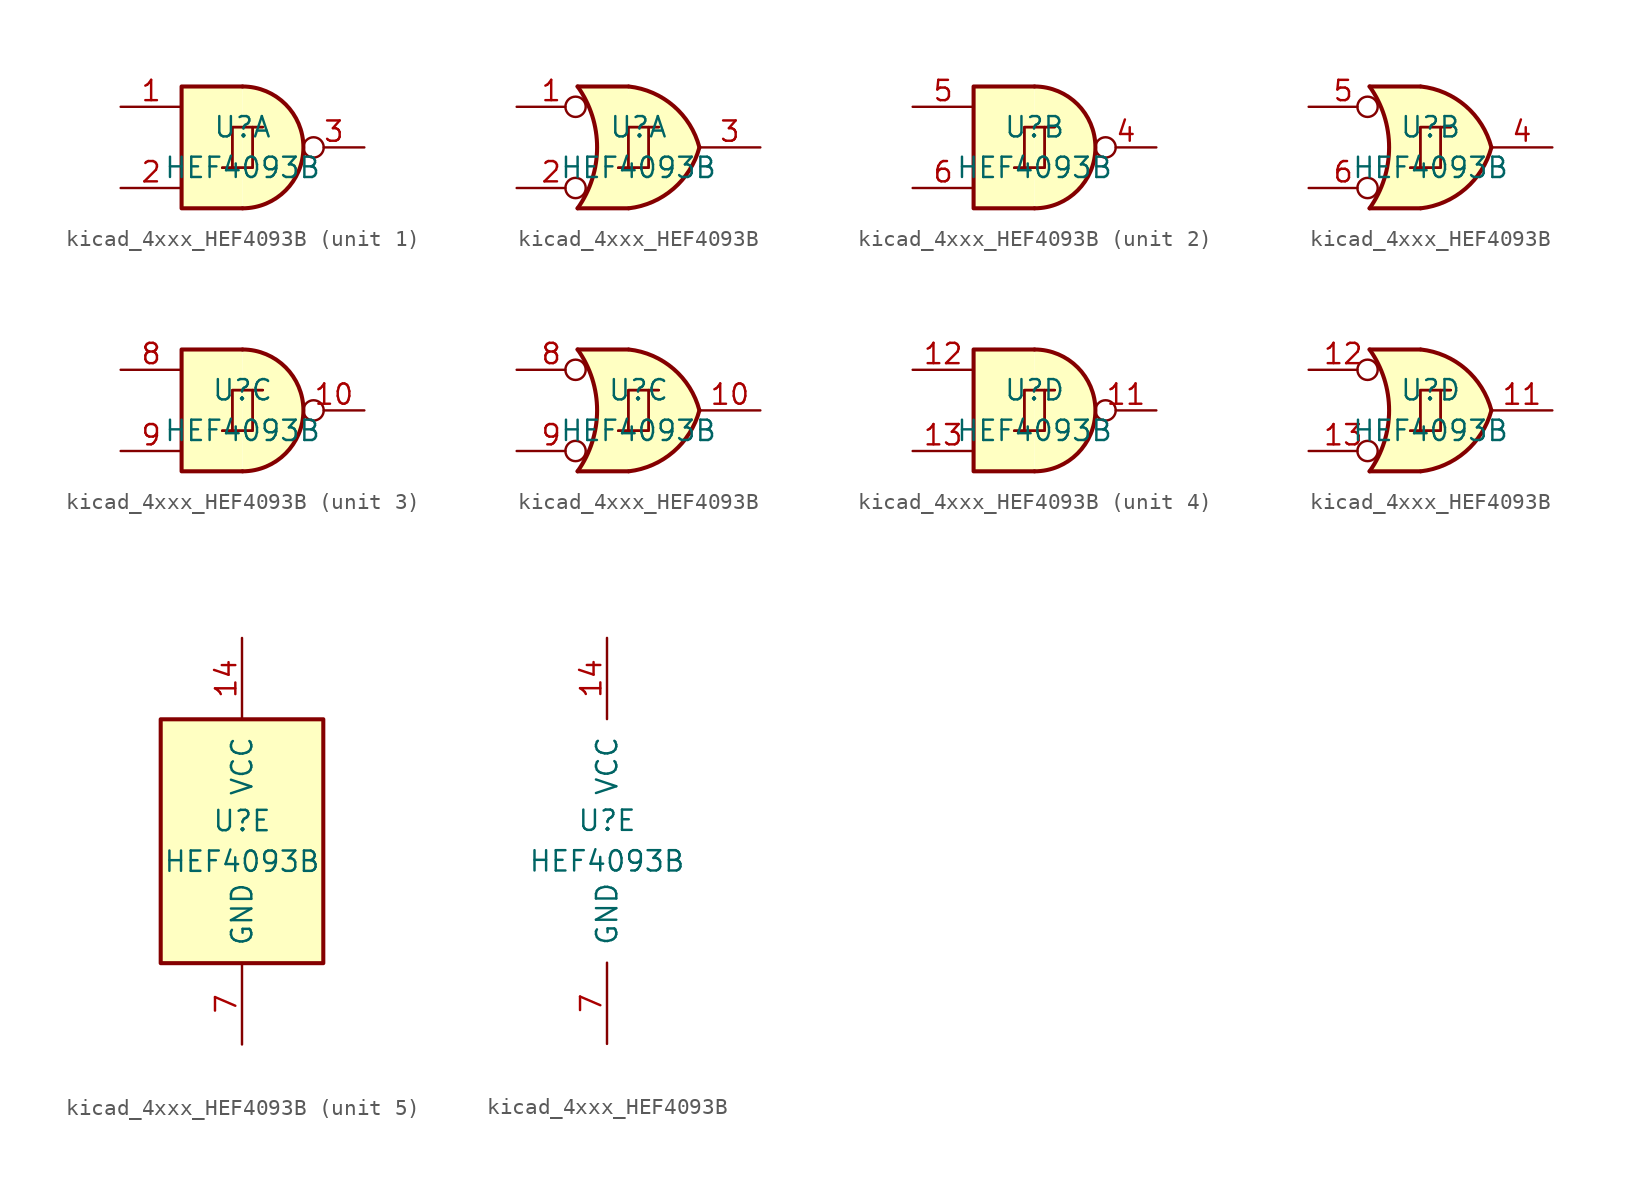
<source format=kicad_sym>
(kicad_symbol_lib
  (version 20220914)
  (generator kicad_symbol_editor)
  (symbol "kicad_4xxx_HEF4093B"
    (pin_names
      (offset 1.016))
    (property "Reference" "U"
      (at 0 1.27 0)
      (effects (font (size 1.27 1.27))))
    (property "Value" "HEF4093B"
      (at 0 -1.27 0)
      (effects (font (size 1.27 1.27))))
    (property "ki_locked" ""
      (at 0 0 0)
      (effects (font (size 1.27 1.27))))
    (symbol "kicad_4xxx_HEF4093B_1_0"
      (polyline (pts (xy -0.635 -1.27) (xy -0.635 1.27) (xy 0.635 1.27)) (stroke (width 0) (type default)) (fill (type none)))
      (polyline (pts (xy -0.635 -1.27) (xy -0.635 1.27) (xy 0.635 1.27)) (stroke (width 0) (type default)) (fill (type none)))
      (polyline (pts (xy -1.27 -1.27) (xy 0.635 -1.27) (xy 0.635 1.27) (xy 1.27 1.27)) (stroke (width 0) (type default)) (fill (type none)))
      (polyline (pts (xy -1.27 -1.27) (xy 0.635 -1.27) (xy 0.635 1.27) (xy 1.27 1.27)) (stroke (width 0) (type default)) (fill (type none))))
    (symbol "kicad_4xxx_HEF4093B_1_1"
      (arc (start 0 -3.81) (mid 3.7934 0) (end 0 3.81) (stroke (width 0.254) (type default)) (fill (type background)))
      (polyline (pts (xy 0 3.81) (xy -3.81 3.81) (xy -3.81 -3.81) (xy 0 -3.81)) (stroke (width 0.254) (type default)) (fill (type background)))
      (pin input line (at -7.62 2.54 0) (length 3.81) (name "~" (effects (font (size 1.27 1.27)))) (number "1" (effects (font (size 1.27 1.27)))))
      (pin input line (at -7.62 -2.54 0) (length 3.81) (name "~" (effects (font (size 1.27 1.27)))) (number "2" (effects (font (size 1.27 1.27)))))
      (pin output inverted (at 7.62 0 180) (length 3.81) (name "~" (effects (font (size 1.27 1.27)))) (number "3" (effects (font (size 1.27 1.27))))))
    (symbol "kicad_4xxx_HEF4093B_1_2"
      (arc (start -3.81 -3.81) (mid -2.589 0) (end -3.81 3.81) (stroke (width 0.254) (type default)) (fill (type none)))
      (arc (start -0.6096 -3.81) (mid 2.1842 -2.5851) (end 3.81 0) (stroke (width 0.254) (type default)) (fill (type background)))
      (polyline (pts (xy -3.81 -3.81) (xy -0.635 -3.81)) (stroke (width 0.254) (type default)) (fill (type background)))
      (polyline (pts (xy -3.81 3.81) (xy -0.635 3.81)) (stroke (width 0.254) (type default)) (fill (type background)))
      (polyline (pts (xy -0.635 3.81) (xy -3.81 3.81) (xy -3.81 3.81) (xy -3.556 3.404) (xy -3.023 2.261) (xy -2.692 1.041) (xy -2.616 -0.254) (xy -2.769 -1.499) (xy -3.175 -2.718) (xy -3.81 -3.81) (xy -3.81 -3.81) (xy -0.635 -3.81)) (stroke (width -25.4) (type default)) (fill (type background)))
      (arc (start 3.81 0) (mid 2.1915 2.5936) (end -0.6096 3.81) (stroke (width 0.254) (type default)) (fill (type background)))
      (pin input inverted (at -7.62 2.54 0) (length 4.318) (name "~" (effects (font (size 1.27 1.27)))) (number "1" (effects (font (size 1.27 1.27)))))
      (pin input inverted (at -7.62 -2.54 0) (length 4.318) (name "~" (effects (font (size 1.27 1.27)))) (number "2" (effects (font (size 1.27 1.27)))))
      (pin output line (at 7.62 0 180) (length 3.81) (name "~" (effects (font (size 1.27 1.27)))) (number "3" (effects (font (size 1.27 1.27))))))
    (symbol "kicad_4xxx_HEF4093B_2_0"
      (polyline (pts (xy -0.635 -1.27) (xy -0.635 1.27) (xy 0.635 1.27)) (stroke (width 0) (type default)) (fill (type none)))
      (polyline (pts (xy -0.635 -1.27) (xy -0.635 1.27) (xy 0.635 1.27)) (stroke (width 0) (type default)) (fill (type none)))
      (polyline (pts (xy -1.27 -1.27) (xy 0.635 -1.27) (xy 0.635 1.27) (xy 1.27 1.27)) (stroke (width 0) (type default)) (fill (type none)))
      (polyline (pts (xy -1.27 -1.27) (xy 0.635 -1.27) (xy 0.635 1.27) (xy 1.27 1.27)) (stroke (width 0) (type default)) (fill (type none))))
    (symbol "kicad_4xxx_HEF4093B_2_1"
      (arc (start 0 -3.81) (mid 3.7934 0) (end 0 3.81) (stroke (width 0.254) (type default)) (fill (type background)))
      (polyline (pts (xy 0 3.81) (xy -3.81 3.81) (xy -3.81 -3.81) (xy 0 -3.81)) (stroke (width 0.254) (type default)) (fill (type background)))
      (pin output inverted (at 7.62 0 180) (length 3.81) (name "~" (effects (font (size 1.27 1.27)))) (number "4" (effects (font (size 1.27 1.27)))))
      (pin input line (at -7.62 2.54 0) (length 3.81) (name "~" (effects (font (size 1.27 1.27)))) (number "5" (effects (font (size 1.27 1.27)))))
      (pin input line (at -7.62 -2.54 0) (length 3.81) (name "~" (effects (font (size 1.27 1.27)))) (number "6" (effects (font (size 1.27 1.27))))))
    (symbol "kicad_4xxx_HEF4093B_2_2"
      (arc (start -3.81 -3.81) (mid -2.589 0) (end -3.81 3.81) (stroke (width 0.254) (type default)) (fill (type none)))
      (arc (start -0.6096 -3.81) (mid 2.1842 -2.5851) (end 3.81 0) (stroke (width 0.254) (type default)) (fill (type background)))
      (polyline (pts (xy -3.81 -3.81) (xy -0.635 -3.81)) (stroke (width 0.254) (type default)) (fill (type background)))
      (polyline (pts (xy -3.81 3.81) (xy -0.635 3.81)) (stroke (width 0.254) (type default)) (fill (type background)))
      (polyline (pts (xy -0.635 3.81) (xy -3.81 3.81) (xy -3.81 3.81) (xy -3.556 3.404) (xy -3.023 2.261) (xy -2.692 1.041) (xy -2.616 -0.254) (xy -2.769 -1.499) (xy -3.175 -2.718) (xy -3.81 -3.81) (xy -3.81 -3.81) (xy -0.635 -3.81)) (stroke (width -25.4) (type default)) (fill (type background)))
      (arc (start 3.81 0) (mid 2.1915 2.5936) (end -0.6096 3.81) (stroke (width 0.254) (type default)) (fill (type background)))
      (pin output line (at 7.62 0 180) (length 3.81) (name "~" (effects (font (size 1.27 1.27)))) (number "4" (effects (font (size 1.27 1.27)))))
      (pin input inverted (at -7.62 2.54 0) (length 4.318) (name "~" (effects (font (size 1.27 1.27)))) (number "5" (effects (font (size 1.27 1.27)))))
      (pin input inverted (at -7.62 -2.54 0) (length 4.318) (name "~" (effects (font (size 1.27 1.27)))) (number "6" (effects (font (size 1.27 1.27))))))
    (symbol "kicad_4xxx_HEF4093B_3_0"
      (polyline (pts (xy -0.635 -1.27) (xy -0.635 1.27) (xy 0.635 1.27)) (stroke (width 0) (type default)) (fill (type none)))
      (polyline (pts (xy -0.635 -1.27) (xy -0.635 1.27) (xy 0.635 1.27)) (stroke (width 0) (type default)) (fill (type none)))
      (polyline (pts (xy -1.27 -1.27) (xy 0.635 -1.27) (xy 0.635 1.27) (xy 1.27 1.27)) (stroke (width 0) (type default)) (fill (type none)))
      (polyline (pts (xy -1.27 -1.27) (xy 0.635 -1.27) (xy 0.635 1.27) (xy 1.27 1.27)) (stroke (width 0) (type default)) (fill (type none))))
    (symbol "kicad_4xxx_HEF4093B_3_1"
      (arc (start 0 -3.81) (mid 3.7934 0) (end 0 3.81) (stroke (width 0.254) (type default)) (fill (type background)))
      (polyline (pts (xy 0 3.81) (xy -3.81 3.81) (xy -3.81 -3.81) (xy 0 -3.81)) (stroke (width 0.254) (type default)) (fill (type background)))
      (pin output inverted (at 7.62 0 180) (length 3.81) (name "~" (effects (font (size 1.27 1.27)))) (number "10" (effects (font (size 1.27 1.27)))))
      (pin input line (at -7.62 2.54 0) (length 3.81) (name "~" (effects (font (size 1.27 1.27)))) (number "8" (effects (font (size 1.27 1.27)))))
      (pin input line (at -7.62 -2.54 0) (length 3.81) (name "~" (effects (font (size 1.27 1.27)))) (number "9" (effects (font (size 1.27 1.27))))))
    (symbol "kicad_4xxx_HEF4093B_3_2"
      (arc (start -3.81 -3.81) (mid -2.589 0) (end -3.81 3.81) (stroke (width 0.254) (type default)) (fill (type none)))
      (arc (start -0.6096 -3.81) (mid 2.1842 -2.5851) (end 3.81 0) (stroke (width 0.254) (type default)) (fill (type background)))
      (polyline (pts (xy -3.81 -3.81) (xy -0.635 -3.81)) (stroke (width 0.254) (type default)) (fill (type background)))
      (polyline (pts (xy -3.81 3.81) (xy -0.635 3.81)) (stroke (width 0.254) (type default)) (fill (type background)))
      (polyline (pts (xy -0.635 3.81) (xy -3.81 3.81) (xy -3.81 3.81) (xy -3.556 3.404) (xy -3.023 2.261) (xy -2.692 1.041) (xy -2.616 -0.254) (xy -2.769 -1.499) (xy -3.175 -2.718) (xy -3.81 -3.81) (xy -3.81 -3.81) (xy -0.635 -3.81)) (stroke (width -25.4) (type default)) (fill (type background)))
      (arc (start 3.81 0) (mid 2.1915 2.5936) (end -0.6096 3.81) (stroke (width 0.254) (type default)) (fill (type background)))
      (pin output line (at 7.62 0 180) (length 3.81) (name "~" (effects (font (size 1.27 1.27)))) (number "10" (effects (font (size 1.27 1.27)))))
      (pin input inverted (at -7.62 2.54 0) (length 4.318) (name "~" (effects (font (size 1.27 1.27)))) (number "8" (effects (font (size 1.27 1.27)))))
      (pin input inverted (at -7.62 -2.54 0) (length 4.318) (name "~" (effects (font (size 1.27 1.27)))) (number "9" (effects (font (size 1.27 1.27))))))
    (symbol "kicad_4xxx_HEF4093B_4_0"
      (polyline (pts (xy -0.635 -1.27) (xy -0.635 1.27) (xy 0.635 1.27)) (stroke (width 0) (type default)) (fill (type none)))
      (polyline (pts (xy -0.635 -1.27) (xy -0.635 1.27) (xy 0.635 1.27)) (stroke (width 0) (type default)) (fill (type none)))
      (polyline (pts (xy -1.27 -1.27) (xy 0.635 -1.27) (xy 0.635 1.27) (xy 1.27 1.27)) (stroke (width 0) (type default)) (fill (type none)))
      (polyline (pts (xy -1.27 -1.27) (xy 0.635 -1.27) (xy 0.635 1.27) (xy 1.27 1.27)) (stroke (width 0) (type default)) (fill (type none))))
    (symbol "kicad_4xxx_HEF4093B_4_1"
      (arc (start 0 -3.81) (mid 3.7934 0) (end 0 3.81) (stroke (width 0.254) (type default)) (fill (type background)))
      (polyline (pts (xy 0 3.81) (xy -3.81 3.81) (xy -3.81 -3.81) (xy 0 -3.81)) (stroke (width 0.254) (type default)) (fill (type background)))
      (pin output inverted (at 7.62 0 180) (length 3.81) (name "~" (effects (font (size 1.27 1.27)))) (number "11" (effects (font (size 1.27 1.27)))))
      (pin input line (at -7.62 2.54 0) (length 3.81) (name "~" (effects (font (size 1.27 1.27)))) (number "12" (effects (font (size 1.27 1.27)))))
      (pin input line (at -7.62 -2.54 0) (length 3.81) (name "~" (effects (font (size 1.27 1.27)))) (number "13" (effects (font (size 1.27 1.27))))))
    (symbol "kicad_4xxx_HEF4093B_4_2"
      (arc (start -3.81 -3.81) (mid -2.589 0) (end -3.81 3.81) (stroke (width 0.254) (type default)) (fill (type none)))
      (arc (start -0.6096 -3.81) (mid 2.1842 -2.5851) (end 3.81 0) (stroke (width 0.254) (type default)) (fill (type background)))
      (polyline (pts (xy -3.81 -3.81) (xy -0.635 -3.81)) (stroke (width 0.254) (type default)) (fill (type background)))
      (polyline (pts (xy -3.81 3.81) (xy -0.635 3.81)) (stroke (width 0.254) (type default)) (fill (type background)))
      (polyline (pts (xy -0.635 3.81) (xy -3.81 3.81) (xy -3.81 3.81) (xy -3.556 3.404) (xy -3.023 2.261) (xy -2.692 1.041) (xy -2.616 -0.254) (xy -2.769 -1.499) (xy -3.175 -2.718) (xy -3.81 -3.81) (xy -3.81 -3.81) (xy -0.635 -3.81)) (stroke (width -25.4) (type default)) (fill (type background)))
      (arc (start 3.81 0) (mid 2.1915 2.5936) (end -0.6096 3.81) (stroke (width 0.254) (type default)) (fill (type background)))
      (pin output line (at 7.62 0 180) (length 3.81) (name "~" (effects (font (size 1.27 1.27)))) (number "11" (effects (font (size 1.27 1.27)))))
      (pin input inverted (at -7.62 2.54 0) (length 4.318) (name "~" (effects (font (size 1.27 1.27)))) (number "12" (effects (font (size 1.27 1.27)))))
      (pin input inverted (at -7.62 -2.54 0) (length 4.318) (name "~" (effects (font (size 1.27 1.27)))) (number "13" (effects (font (size 1.27 1.27))))))
    (symbol "kicad_4xxx_HEF4093B_5_0"
      (pin power_in line (at 0 12.7 270) (length 5.08) (name "VCC" (effects (font (size 1.27 1.27)))) (number "14" (effects (font (size 1.27 1.27)))))
      (pin power_in line (at 0 -12.7 90) (length 5.08) (name "GND" (effects (font (size 1.27 1.27)))) (number "7" (effects (font (size 1.27 1.27))))))
    (symbol "kicad_4xxx_HEF4093B_5_1"
      (rectangle (start -5.08 7.62) (end 5.08 -7.62) (stroke (width 0.254) (type default)) (fill (type background))))))
</source>
